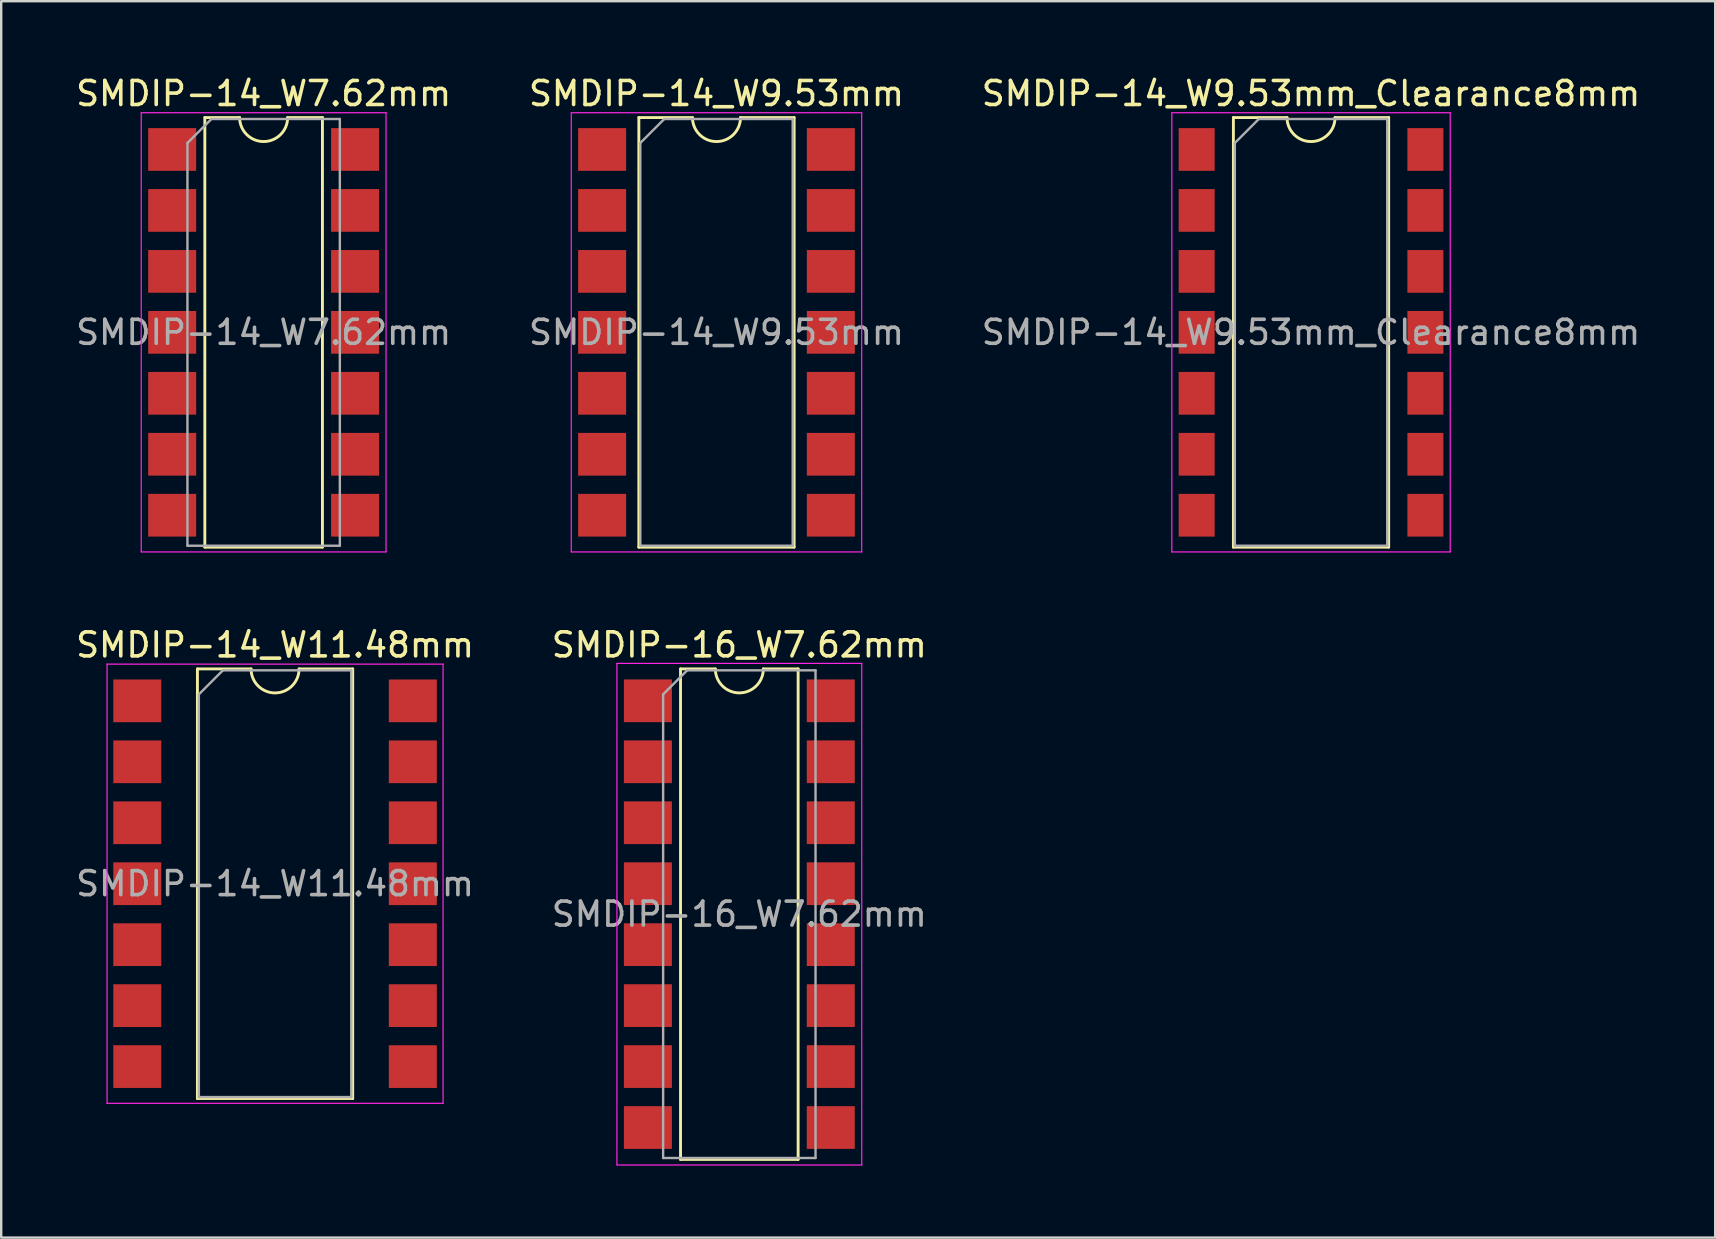
<source format=kicad_pcb>
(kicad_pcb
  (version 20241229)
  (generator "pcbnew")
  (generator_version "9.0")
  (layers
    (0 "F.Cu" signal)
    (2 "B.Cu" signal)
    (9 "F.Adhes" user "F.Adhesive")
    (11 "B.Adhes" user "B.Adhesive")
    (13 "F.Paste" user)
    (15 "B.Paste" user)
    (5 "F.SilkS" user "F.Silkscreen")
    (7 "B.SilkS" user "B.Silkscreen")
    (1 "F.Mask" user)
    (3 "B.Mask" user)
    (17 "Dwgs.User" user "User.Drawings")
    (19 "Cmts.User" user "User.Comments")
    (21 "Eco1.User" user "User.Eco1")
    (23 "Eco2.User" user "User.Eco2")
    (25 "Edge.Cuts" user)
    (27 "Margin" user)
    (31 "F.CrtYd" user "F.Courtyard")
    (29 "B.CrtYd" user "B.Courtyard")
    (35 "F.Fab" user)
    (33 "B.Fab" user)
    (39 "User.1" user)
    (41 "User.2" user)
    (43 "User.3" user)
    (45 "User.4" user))
  (footprint "SMDIP-14_W7.62mm"
    (layer "F.Cu")
    (at 7.935 10.798)
    (property "Reference" "SMDIP-14_W7.62mm" (at 0 -9.95 0) (layer "F.SilkS") (effects (font (size 1 1) (thickness 0.15))))
    (attr smd)
    (fp_line (start -2.45 -8.95) (end -2.45 8.95) (stroke (width 0.12) (type solid)) (layer "F.SilkS"))
    (fp_line (start -2.45 8.95) (end 2.45 8.95) (stroke (width 0.12) (type solid)) (layer "F.SilkS"))
    (fp_line (start -1 -8.95) (end -2.45 -8.95) (stroke (width 0.12) (type solid)) (layer "F.SilkS"))
    (fp_line (start 2.45 -8.95) (end 1 -8.95) (stroke (width 0.12) (type solid)) (layer "F.SilkS"))
    (fp_line (start 2.45 8.95) (end 2.45 -8.95) (stroke (width 0.12) (type solid)) (layer "F.SilkS"))
    (fp_arc (start 1 -8.95) (mid 0 -7.95) (end -1 -8.95) (stroke (width 0.12) (type solid)) (layer "F.SilkS"))
    (fp_line (start -5.1 -9.15) (end -5.1 9.15) (stroke (width 0.05) (type solid)) (layer "F.CrtYd"))
    (fp_line (start -5.1 9.15) (end 5.1 9.15) (stroke (width 0.05) (type solid)) (layer "F.CrtYd"))
    (fp_line (start 5.1 -9.15) (end -5.1 -9.15) (stroke (width 0.05) (type solid)) (layer "F.CrtYd"))
    (fp_line (start 5.1 9.15) (end 5.1 -9.15) (stroke (width 0.05) (type solid)) (layer "F.CrtYd"))
    (fp_line (start -3.175 -7.89) (end -2.175 -8.89) (stroke (width 0.1) (type solid)) (layer "F.Fab"))
    (fp_line (start -3.175 8.89) (end -3.175 -7.89) (stroke (width 0.1) (type solid)) (layer "F.Fab"))
    (fp_line (start -2.175 -8.89) (end 3.175 -8.89) (stroke (width 0.1) (type solid)) (layer "F.Fab"))
    (fp_line (start 3.175 -8.89) (end 3.175 8.89) (stroke (width 0.1) (type solid)) (layer "F.Fab"))
    (fp_line (start 3.175 8.89) (end -3.175 8.89) (stroke (width 0.1) (type solid)) (layer "F.Fab"))
    (fp_text user "${REFERENCE}" (at 0 0 0) (layer "F.Fab") (effects (font (size 1 1) (thickness 0.15))))
    (pad "1" smd rect (at -3.81 -7.62) (size 2 1.78) (layers "F.Cu" "F.Mask" "F.Paste"))
    (pad "2" smd rect (at -3.81 -5.08) (size 2 1.78) (layers "F.Cu" "F.Mask" "F.Paste"))
    (pad "3" smd rect (at -3.81 -2.54) (size 2 1.78) (layers "F.Cu" "F.Mask" "F.Paste"))
    (pad "4" smd rect (at -3.81 0) (size 2 1.78) (layers "F.Cu" "F.Mask" "F.Paste"))
    (pad "5" smd rect (at -3.81 2.54) (size 2 1.78) (layers "F.Cu" "F.Mask" "F.Paste"))
    (pad "6" smd rect (at -3.81 5.08) (size 2 1.78) (layers "F.Cu" "F.Mask" "F.Paste"))
    (pad "7" smd rect (at -3.81 7.62) (size 2 1.78) (layers "F.Cu" "F.Mask" "F.Paste"))
    (pad "8" smd rect (at 3.81 7.62) (size 2 1.78) (layers "F.Cu" "F.Mask" "F.Paste"))
    (pad "9" smd rect (at 3.81 5.08) (size 2 1.78) (layers "F.Cu" "F.Mask" "F.Paste"))
    (pad "10" smd rect (at 3.81 2.54) (size 2 1.78) (layers "F.Cu" "F.Mask" "F.Paste"))
    (pad "11" smd rect (at 3.81 0) (size 2 1.78) (layers "F.Cu" "F.Mask" "F.Paste"))
    (pad "12" smd rect (at 3.81 -2.54) (size 2 1.78) (layers "F.Cu" "F.Mask" "F.Paste"))
    (pad "13" smd rect (at 3.81 -5.08) (size 2 1.78) (layers "F.Cu" "F.Mask" "F.Paste"))
    (pad "14" smd rect (at 3.81 -7.62) (size 2 1.78) (layers "F.Cu" "F.Mask" "F.Paste")))
  (footprint "SMDIP-14_W9.53mm_Clearance8mm"
    (layer "F.Cu")
    (at 51.577 10.798)
    (property "Reference" "SMDIP-14_W9.53mm_Clearance8mm" (at 0 -9.95 0) (layer "F.SilkS") (effects (font (size 1 1) (thickness 0.15))))
    (attr smd)
    (fp_line (start -3.235 -8.95) (end -3.235 8.95) (stroke (width 0.12) (type solid)) (layer "F.SilkS"))
    (fp_line (start -3.235 8.95) (end 3.235 8.95) (stroke (width 0.12) (type solid)) (layer "F.SilkS"))
    (fp_line (start -1 -8.95) (end -3.235 -8.95) (stroke (width 0.12) (type solid)) (layer "F.SilkS"))
    (fp_line (start 3.235 -8.95) (end 1 -8.95) (stroke (width 0.12) (type solid)) (layer "F.SilkS"))
    (fp_line (start 3.235 8.95) (end 3.235 -8.95) (stroke (width 0.12) (type solid)) (layer "F.SilkS"))
    (fp_arc (start 1 -8.95) (mid 0 -7.95) (end -1 -8.95) (stroke (width 0.12) (type solid)) (layer "F.SilkS"))
    (fp_line (start -5.8 -9.15) (end -5.8 9.15) (stroke (width 0.05) (type solid)) (layer "F.CrtYd"))
    (fp_line (start -5.8 9.15) (end 5.8 9.15) (stroke (width 0.05) (type solid)) (layer "F.CrtYd"))
    (fp_line (start 5.8 -9.15) (end -5.8 -9.15) (stroke (width 0.05) (type solid)) (layer "F.CrtYd"))
    (fp_line (start 5.8 9.15) (end 5.8 -9.15) (stroke (width 0.05) (type solid)) (layer "F.CrtYd"))
    (fp_line (start -3.175 -7.89) (end -2.175 -8.89) (stroke (width 0.1) (type solid)) (layer "F.Fab"))
    (fp_line (start -3.175 8.89) (end -3.175 -7.89) (stroke (width 0.1) (type solid)) (layer "F.Fab"))
    (fp_line (start -2.175 -8.89) (end 3.175 -8.89) (stroke (width 0.1) (type solid)) (layer "F.Fab"))
    (fp_line (start 3.175 -8.89) (end 3.175 8.89) (stroke (width 0.1) (type solid)) (layer "F.Fab"))
    (fp_line (start 3.175 8.89) (end -3.175 8.89) (stroke (width 0.1) (type solid)) (layer "F.Fab"))
    (fp_text user "${REFERENCE}" (at 0 0 0) (layer "F.Fab") (effects (font (size 1 1) (thickness 0.15))))
    (pad "1" smd rect (at -4.765 -7.62) (size 1.5 1.78) (layers "F.Cu" "F.Mask" "F.Paste"))
    (pad "2" smd rect (at -4.765 -5.08) (size 1.5 1.78) (layers "F.Cu" "F.Mask" "F.Paste"))
    (pad "3" smd rect (at -4.765 -2.54) (size 1.5 1.78) (layers "F.Cu" "F.Mask" "F.Paste"))
    (pad "4" smd rect (at -4.765 0) (size 1.5 1.78) (layers "F.Cu" "F.Mask" "F.Paste"))
    (pad "5" smd rect (at -4.765 2.54) (size 1.5 1.78) (layers "F.Cu" "F.Mask" "F.Paste"))
    (pad "6" smd rect (at -4.765 5.08) (size 1.5 1.78) (layers "F.Cu" "F.Mask" "F.Paste"))
    (pad "7" smd rect (at -4.765 7.62) (size 1.5 1.78) (layers "F.Cu" "F.Mask" "F.Paste"))
    (pad "8" smd rect (at 4.765 7.62) (size 1.5 1.78) (layers "F.Cu" "F.Mask" "F.Paste"))
    (pad "9" smd rect (at 4.765 5.08) (size 1.5 1.78) (layers "F.Cu" "F.Mask" "F.Paste"))
    (pad "10" smd rect (at 4.765 2.54) (size 1.5 1.78) (layers "F.Cu" "F.Mask" "F.Paste"))
    (pad "11" smd rect (at 4.765 0) (size 1.5 1.78) (layers "F.Cu" "F.Mask" "F.Paste"))
    (pad "12" smd rect (at 4.765 -2.54) (size 1.5 1.78) (layers "F.Cu" "F.Mask" "F.Paste"))
    (pad "13" smd rect (at 4.765 -5.08) (size 1.5 1.78) (layers "F.Cu" "F.Mask" "F.Paste"))
    (pad "14" smd rect (at 4.765 -7.62) (size 1.5 1.78) (layers "F.Cu" "F.Mask" "F.Paste")))
  (footprint "SMDIP-14_W9.53mm"
    (layer "F.Cu")
    (at 26.804 10.798)
    (property "Reference" "SMDIP-14_W9.53mm" (at 0 -9.95 0) (layer "F.SilkS") (effects (font (size 1 1) (thickness 0.15))))
    (attr smd)
    (fp_line (start -3.235 -8.95) (end -3.235 8.95) (stroke (width 0.12) (type solid)) (layer "F.SilkS"))
    (fp_line (start -3.235 8.95) (end 3.235 8.95) (stroke (width 0.12) (type solid)) (layer "F.SilkS"))
    (fp_line (start -1 -8.95) (end -3.235 -8.95) (stroke (width 0.12) (type solid)) (layer "F.SilkS"))
    (fp_line (start 3.235 -8.95) (end 1 -8.95) (stroke (width 0.12) (type solid)) (layer "F.SilkS"))
    (fp_line (start 3.235 8.95) (end 3.235 -8.95) (stroke (width 0.12) (type solid)) (layer "F.SilkS"))
    (fp_arc (start 1 -8.95) (mid 0 -7.95) (end -1 -8.95) (stroke (width 0.12) (type solid)) (layer "F.SilkS"))
    (fp_line (start -6.05 -9.15) (end -6.05 9.15) (stroke (width 0.05) (type solid)) (layer "F.CrtYd"))
    (fp_line (start -6.05 9.15) (end 6.05 9.15) (stroke (width 0.05) (type solid)) (layer "F.CrtYd"))
    (fp_line (start 6.05 -9.15) (end -6.05 -9.15) (stroke (width 0.05) (type solid)) (layer "F.CrtYd"))
    (fp_line (start 6.05 9.15) (end 6.05 -9.15) (stroke (width 0.05) (type solid)) (layer "F.CrtYd"))
    (fp_line (start -3.175 -7.89) (end -2.175 -8.89) (stroke (width 0.1) (type solid)) (layer "F.Fab"))
    (fp_line (start -3.175 8.89) (end -3.175 -7.89) (stroke (width 0.1) (type solid)) (layer "F.Fab"))
    (fp_line (start -2.175 -8.89) (end 3.175 -8.89) (stroke (width 0.1) (type solid)) (layer "F.Fab"))
    (fp_line (start 3.175 -8.89) (end 3.175 8.89) (stroke (width 0.1) (type solid)) (layer "F.Fab"))
    (fp_line (start 3.175 8.89) (end -3.175 8.89) (stroke (width 0.1) (type solid)) (layer "F.Fab"))
    (fp_text user "${REFERENCE}" (at 0 0 0) (layer "F.Fab") (effects (font (size 1 1) (thickness 0.15))))
    (pad "1" smd rect (at -4.765 -7.62) (size 2 1.78) (layers "F.Cu" "F.Mask" "F.Paste"))
    (pad "2" smd rect (at -4.765 -5.08) (size 2 1.78) (layers "F.Cu" "F.Mask" "F.Paste"))
    (pad "3" smd rect (at -4.765 -2.54) (size 2 1.78) (layers "F.Cu" "F.Mask" "F.Paste"))
    (pad "4" smd rect (at -4.765 0) (size 2 1.78) (layers "F.Cu" "F.Mask" "F.Paste"))
    (pad "5" smd rect (at -4.765 2.54) (size 2 1.78) (layers "F.Cu" "F.Mask" "F.Paste"))
    (pad "6" smd rect (at -4.765 5.08) (size 2 1.78) (layers "F.Cu" "F.Mask" "F.Paste"))
    (pad "7" smd rect (at -4.765 7.62) (size 2 1.78) (layers "F.Cu" "F.Mask" "F.Paste"))
    (pad "8" smd rect (at 4.765 7.62) (size 2 1.78) (layers "F.Cu" "F.Mask" "F.Paste"))
    (pad "9" smd rect (at 4.765 5.08) (size 2 1.78) (layers "F.Cu" "F.Mask" "F.Paste"))
    (pad "10" smd rect (at 4.765 2.54) (size 2 1.78) (layers "F.Cu" "F.Mask" "F.Paste"))
    (pad "11" smd rect (at 4.765 0) (size 2 1.78) (layers "F.Cu" "F.Mask" "F.Paste"))
    (pad "12" smd rect (at 4.765 -2.54) (size 2 1.78) (layers "F.Cu" "F.Mask" "F.Paste"))
    (pad "13" smd rect (at 4.765 -5.08) (size 2 1.78) (layers "F.Cu" "F.Mask" "F.Paste"))
    (pad "14" smd rect (at 4.765 -7.62) (size 2 1.78) (layers "F.Cu" "F.Mask" "F.Paste")))
  (footprint "SMDIP-16_W7.62mm"
    (layer "F.Cu")
    (at 27.756 35.041)
    (property "Reference" "SMDIP-16_W7.62mm" (at 0 -11.22 0) (layer "F.SilkS") (effects (font (size 1 1) (thickness 0.15))))
    (attr smd)
    (fp_line (start -2.45 -10.22) (end -2.45 10.22) (stroke (width 0.12) (type solid)) (layer "F.SilkS"))
    (fp_line (start -2.45 10.22) (end 2.45 10.22) (stroke (width 0.12) (type solid)) (layer "F.SilkS"))
    (fp_line (start -1 -10.22) (end -2.45 -10.22) (stroke (width 0.12) (type solid)) (layer "F.SilkS"))
    (fp_line (start 2.45 -10.22) (end 1 -10.22) (stroke (width 0.12) (type solid)) (layer "F.SilkS"))
    (fp_line (start 2.45 10.22) (end 2.45 -10.22) (stroke (width 0.12) (type solid)) (layer "F.SilkS"))
    (fp_arc (start 1 -10.22) (mid 0 -9.22) (end -1 -10.22) (stroke (width 0.12) (type solid)) (layer "F.SilkS"))
    (fp_line (start -5.1 -10.45) (end -5.1 10.45) (stroke (width 0.05) (type solid)) (layer "F.CrtYd"))
    (fp_line (start -5.1 10.45) (end 5.1 10.45) (stroke (width 0.05) (type solid)) (layer "F.CrtYd"))
    (fp_line (start 5.1 -10.45) (end -5.1 -10.45) (stroke (width 0.05) (type solid)) (layer "F.CrtYd"))
    (fp_line (start 5.1 10.45) (end 5.1 -10.45) (stroke (width 0.05) (type solid)) (layer "F.CrtYd"))
    (fp_line (start -3.175 -9.16) (end -2.175 -10.16) (stroke (width 0.1) (type solid)) (layer "F.Fab"))
    (fp_line (start -3.175 10.16) (end -3.175 -9.16) (stroke (width 0.1) (type solid)) (layer "F.Fab"))
    (fp_line (start -2.175 -10.16) (end 3.175 -10.16) (stroke (width 0.1) (type solid)) (layer "F.Fab"))
    (fp_line (start 3.175 -10.16) (end 3.175 10.16) (stroke (width 0.1) (type solid)) (layer "F.Fab"))
    (fp_line (start 3.175 10.16) (end -3.175 10.16) (stroke (width 0.1) (type solid)) (layer "F.Fab"))
    (fp_text user "${REFERENCE}" (at 0 0 0) (layer "F.Fab") (effects (font (size 1 1) (thickness 0.15))))
    (pad "1" smd rect (at -3.81 -8.89) (size 2 1.78) (layers "F.Cu" "F.Mask" "F.Paste"))
    (pad "2" smd rect (at -3.81 -6.35) (size 2 1.78) (layers "F.Cu" "F.Mask" "F.Paste"))
    (pad "3" smd rect (at -3.81 -3.81) (size 2 1.78) (layers "F.Cu" "F.Mask" "F.Paste"))
    (pad "4" smd rect (at -3.81 -1.27) (size 2 1.78) (layers "F.Cu" "F.Mask" "F.Paste"))
    (pad "5" smd rect (at -3.81 1.27) (size 2 1.78) (layers "F.Cu" "F.Mask" "F.Paste"))
    (pad "6" smd rect (at -3.81 3.81) (size 2 1.78) (layers "F.Cu" "F.Mask" "F.Paste"))
    (pad "7" smd rect (at -3.81 6.35) (size 2 1.78) (layers "F.Cu" "F.Mask" "F.Paste"))
    (pad "8" smd rect (at -3.81 8.89) (size 2 1.78) (layers "F.Cu" "F.Mask" "F.Paste"))
    (pad "9" smd rect (at 3.81 8.89) (size 2 1.78) (layers "F.Cu" "F.Mask" "F.Paste"))
    (pad "10" smd rect (at 3.81 6.35) (size 2 1.78) (layers "F.Cu" "F.Mask" "F.Paste"))
    (pad "11" smd rect (at 3.81 3.81) (size 2 1.78) (layers "F.Cu" "F.Mask" "F.Paste"))
    (pad "12" smd rect (at 3.81 1.27) (size 2 1.78) (layers "F.Cu" "F.Mask" "F.Paste"))
    (pad "13" smd rect (at 3.81 -1.27) (size 2 1.78) (layers "F.Cu" "F.Mask" "F.Paste"))
    (pad "14" smd rect (at 3.81 -3.81) (size 2 1.78) (layers "F.Cu" "F.Mask" "F.Paste"))
    (pad "15" smd rect (at 3.81 -6.35) (size 2 1.78) (layers "F.Cu" "F.Mask" "F.Paste"))
    (pad "16" smd rect (at 3.81 -8.89) (size 2 1.78) (layers "F.Cu" "F.Mask" "F.Paste")))
  (footprint "SMDIP-14_W11.48mm"
    (layer "F.Cu")
    (at 8.411 33.772)
    (property "Reference" "SMDIP-14_W11.48mm" (at 0 -9.95 0) (layer "F.SilkS") (effects (font (size 1 1) (thickness 0.15))))
    (attr smd)
    (fp_line (start -3.235 -8.95) (end -3.235 8.95) (stroke (width 0.12) (type solid)) (layer "F.SilkS"))
    (fp_line (start -3.235 8.95) (end 3.235 8.95) (stroke (width 0.12) (type solid)) (layer "F.SilkS"))
    (fp_line (start -1 -8.95) (end -3.235 -8.95) (stroke (width 0.12) (type solid)) (layer "F.SilkS"))
    (fp_line (start 3.235 -8.95) (end 1 -8.95) (stroke (width 0.12) (type solid)) (layer "F.SilkS"))
    (fp_line (start 3.235 8.95) (end 3.235 -8.95) (stroke (width 0.12) (type solid)) (layer "F.SilkS"))
    (fp_arc (start 1 -8.95) (mid 0 -7.95) (end -1 -8.95) (stroke (width 0.12) (type solid)) (layer "F.SilkS"))
    (fp_line (start -7 -9.15) (end -7 9.15) (stroke (width 0.05) (type solid)) (layer "F.CrtYd"))
    (fp_line (start -7 9.15) (end 7 9.15) (stroke (width 0.05) (type solid)) (layer "F.CrtYd"))
    (fp_line (start 7 -9.15) (end -7 -9.15) (stroke (width 0.05) (type solid)) (layer "F.CrtYd"))
    (fp_line (start 7 9.15) (end 7 -9.15) (stroke (width 0.05) (type solid)) (layer "F.CrtYd"))
    (fp_line (start -3.175 -7.89) (end -2.175 -8.89) (stroke (width 0.1) (type solid)) (layer "F.Fab"))
    (fp_line (start -3.175 8.89) (end -3.175 -7.89) (stroke (width 0.1) (type solid)) (layer "F.Fab"))
    (fp_line (start -2.175 -8.89) (end 3.175 -8.89) (stroke (width 0.1) (type solid)) (layer "F.Fab"))
    (fp_line (start 3.175 -8.89) (end 3.175 8.89) (stroke (width 0.1) (type solid)) (layer "F.Fab"))
    (fp_line (start 3.175 8.89) (end -3.175 8.89) (stroke (width 0.1) (type solid)) (layer "F.Fab"))
    (fp_text user "${REFERENCE}" (at 0 0 0) (layer "F.Fab") (effects (font (size 1 1) (thickness 0.15))))
    (pad "1" smd rect (at -5.74 -7.62) (size 2 1.78) (layers "F.Cu" "F.Mask" "F.Paste"))
    (pad "2" smd rect (at -5.74 -5.08) (size 2 1.78) (layers "F.Cu" "F.Mask" "F.Paste"))
    (pad "3" smd rect (at -5.74 -2.54) (size 2 1.78) (layers "F.Cu" "F.Mask" "F.Paste"))
    (pad "4" smd rect (at -5.74 0) (size 2 1.78) (layers "F.Cu" "F.Mask" "F.Paste"))
    (pad "5" smd rect (at -5.74 2.54) (size 2 1.78) (layers "F.Cu" "F.Mask" "F.Paste"))
    (pad "6" smd rect (at -5.74 5.08) (size 2 1.78) (layers "F.Cu" "F.Mask" "F.Paste"))
    (pad "7" smd rect (at -5.74 7.62) (size 2 1.78) (layers "F.Cu" "F.Mask" "F.Paste"))
    (pad "8" smd rect (at 5.74 7.62) (size 2 1.78) (layers "F.Cu" "F.Mask" "F.Paste"))
    (pad "9" smd rect (at 5.74 5.08) (size 2 1.78) (layers "F.Cu" "F.Mask" "F.Paste"))
    (pad "10" smd rect (at 5.74 2.54) (size 2 1.78) (layers "F.Cu" "F.Mask" "F.Paste"))
    (pad "11" smd rect (at 5.74 0) (size 2 1.78) (layers "F.Cu" "F.Mask" "F.Paste"))
    (pad "12" smd rect (at 5.74 -2.54) (size 2 1.78) (layers "F.Cu" "F.Mask" "F.Paste"))
    (pad "13" smd rect (at 5.74 -5.08) (size 2 1.78) (layers "F.Cu" "F.Mask" "F.Paste"))
    (pad "14" smd rect (at 5.74 -7.62) (size 2 1.78) (layers "F.Cu" "F.Mask" "F.Paste")))
  (gr_rect
    (start -3 -3)
    (end 68.417 48.517)
    (stroke (width 0.1) (type default))
    (fill no)
    (layer "Edge.Cuts")))
</source>
